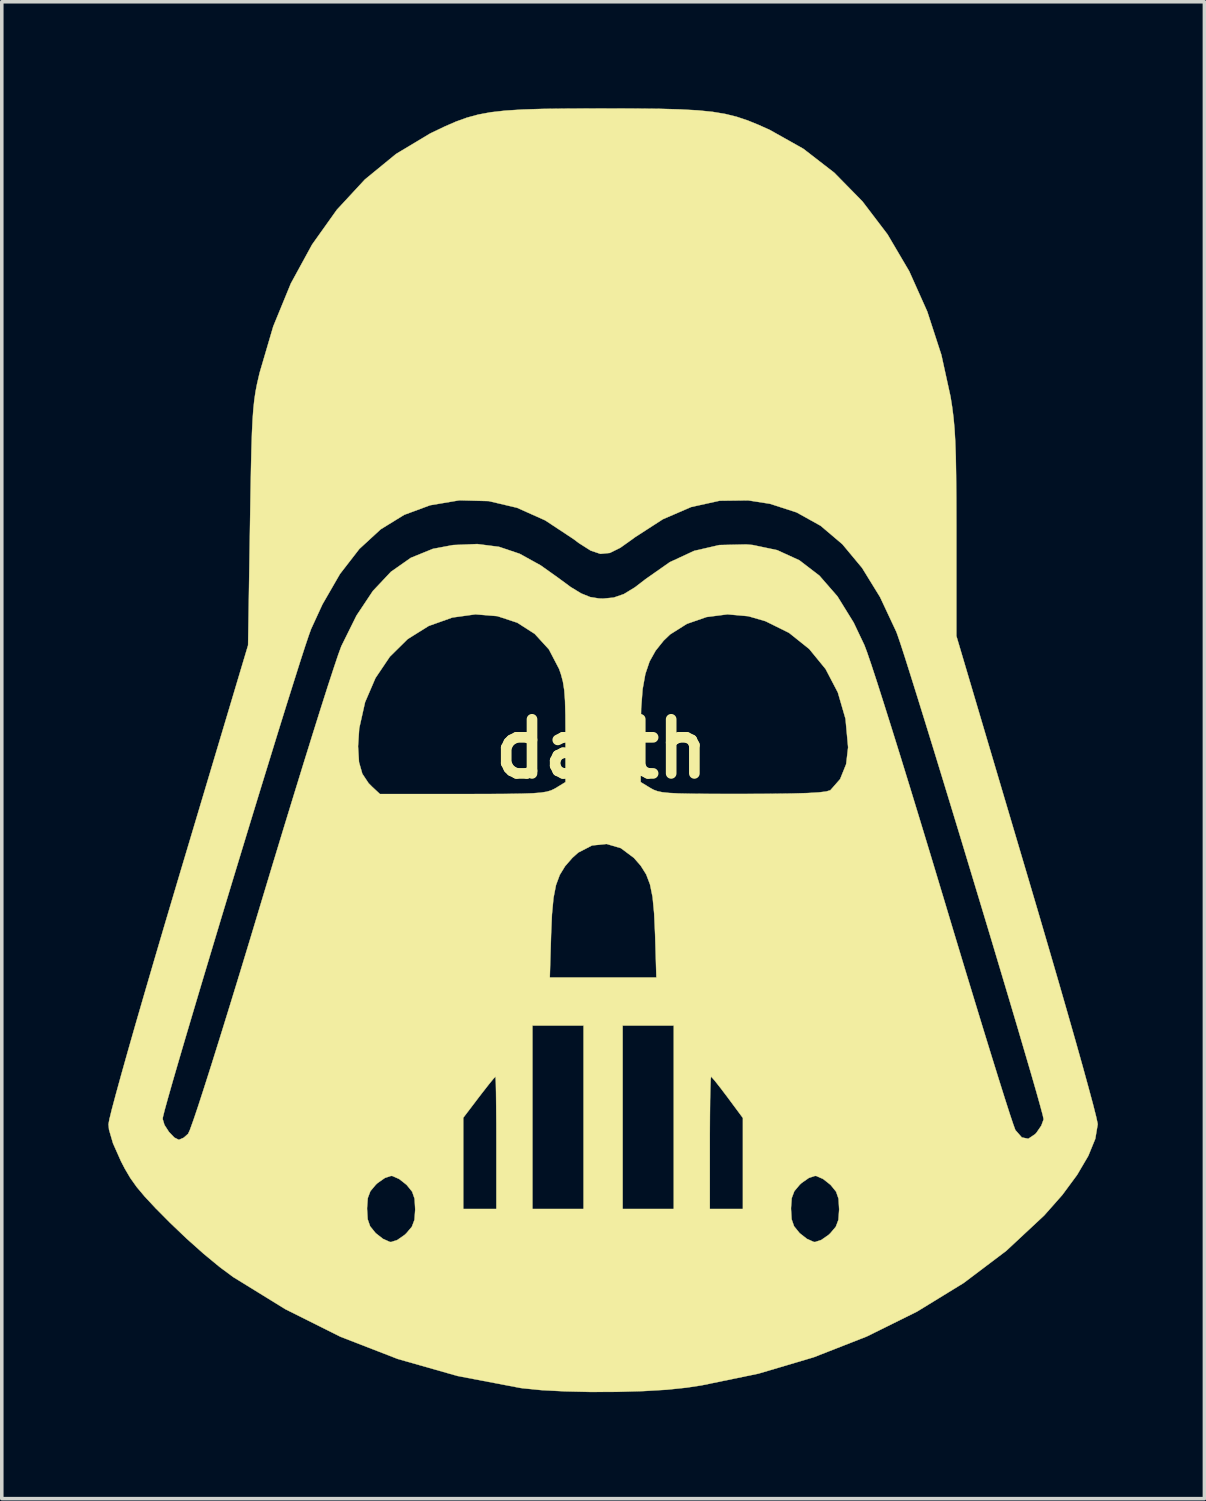
<source format=kicad_pcb>
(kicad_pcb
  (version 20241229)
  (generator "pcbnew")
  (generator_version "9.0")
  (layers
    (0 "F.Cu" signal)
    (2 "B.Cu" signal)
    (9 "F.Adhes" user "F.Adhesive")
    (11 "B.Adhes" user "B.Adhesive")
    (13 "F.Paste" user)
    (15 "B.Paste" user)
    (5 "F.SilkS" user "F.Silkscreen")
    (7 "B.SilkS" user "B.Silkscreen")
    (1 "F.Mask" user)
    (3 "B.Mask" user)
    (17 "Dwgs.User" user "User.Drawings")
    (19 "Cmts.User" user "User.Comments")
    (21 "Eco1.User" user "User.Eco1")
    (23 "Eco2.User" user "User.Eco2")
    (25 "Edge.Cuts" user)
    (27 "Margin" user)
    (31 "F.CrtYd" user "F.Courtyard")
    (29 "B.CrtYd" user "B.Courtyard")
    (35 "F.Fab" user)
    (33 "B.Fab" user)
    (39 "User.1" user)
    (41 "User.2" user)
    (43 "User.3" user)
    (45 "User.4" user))
  (footprint "darth"
    (layer "F.Cu")
    (at 13.89 18.039)
    (property "Reference" "darth" (at 0 0 0) (layer "F.SilkS") (effects (font (size 1.524 1.524) (thickness 0.3))))
    (attr through_hole)
    (fp_poly (pts (xy 0.909 -18.032) (xy 1.63 -18.025) (xy 2.225 -18.008) (xy 2.718 -17.981) (xy 3.13 -17.939) (xy 3.485 -17.88) (xy 3.804 -17.801) (xy 4.11 -17.699) (xy 4.424 -17.571) (xy 4.741 -17.428) (xy 5.682 -16.899) (xy 6.553 -16.225) (xy 7.346 -15.417) (xy 8.052 -14.489) (xy 8.663 -13.451) (xy 9.171 -12.316) (xy 9.568 -11.096) (xy 9.826 -9.919) (xy 9.872 -9.628) (xy 9.909 -9.337) (xy 9.938 -9.024) (xy 9.959 -8.664) (xy 9.974 -8.235) (xy 9.983 -7.712) (xy 9.989 -7.073) (xy 9.991 -6.294) (xy 9.991 -6.069) (xy 9.991 -3.18) (xy 11.98 3.531) (xy 12.294 4.593) (xy 12.591 5.607) (xy 12.869 6.561) (xy 13.123 7.443) (xy 13.351 8.241) (xy 13.548 8.942) (xy 13.711 9.535) (xy 13.838 10.006) (xy 13.924 10.345) (xy 13.966 10.538) (xy 13.97 10.572) (xy 13.902 10.979) (xy 13.705 11.46) (xy 13.391 11.994) (xy 12.974 12.559) (xy 12.465 13.135) (xy 12.462 13.138) (xy 11.394 14.134) (xy 10.195 15.039) (xy 8.881 15.845) (xy 7.469 16.544) (xy 5.976 17.129) (xy 4.417 17.591) (xy 2.81 17.922) (xy 2.389 17.986) (xy 1.836 18.044) (xy 1.172 18.083) (xy 0.441 18.104) (xy -0.31 18.107) (xy -1.035 18.09) (xy -1.69 18.056) (xy -2.228 18.002) (xy -2.286 17.994) (xy -4.056 17.657) (xy -5.739 17.178) (xy -7.351 16.553) (xy -8.906 15.776) (xy -10.372 14.872) (xy -10.754 14.589) (xy -11.206 14.216) (xy -11.687 13.787) (xy -12.155 13.34) (xy -12.157 13.338) (xy -12.537 12.954) (xy -6.604 12.954) (xy -6.587 13.243) (xy -6.519 13.44) (xy -6.372 13.622) (xy -6.357 13.638) (xy -6.156 13.796) (xy -5.966 13.881) (xy -5.927 13.885) (xy -5.753 13.828) (xy -5.547 13.685) (xy -5.497 13.638) (xy -5.342 13.454) (xy -5.269 13.26) (xy -5.249 12.981) (xy -5.249 12.954) (xy -5.266 12.665) (xy -5.334 12.468) (xy -5.481 12.286) (xy -5.497 12.27) (xy -5.697 12.112) (xy -5.887 12.027) (xy -5.927 12.023) (xy -6.101 12.08) (xy -6.306 12.223) (xy -6.357 12.27) (xy -6.511 12.454) (xy -6.584 12.648) (xy -6.604 12.927) (xy -6.604 12.954) (xy -12.537 12.954) (xy -12.56 12.931) (xy -12.862 12.608) (xy -13.091 12.335) (xy -13.27 12.083) (xy -13.426 11.818) (xy -13.533 11.611) (xy -13.757 11.108) (xy -13.87 10.722) (xy -13.885 10.57) (xy -13.861 10.436) (xy -13.856 10.416) (xy -12.361 10.416) (xy -12.309 10.588) (xy -12.183 10.784) (xy -12.03 10.944) (xy -11.903 11.007) (xy -11.769 10.949) (xy -11.644 10.839) (xy -11.594 10.731) (xy -11.5 10.47) (xy -11.471 10.386) (xy -3.895 10.386) (xy -3.895 12.954) (xy -2.963 12.954) (xy -2.963 11.091) (xy -2.964 10.55) (xy -2.968 10.071) (xy -2.972 9.678) (xy -2.978 9.394) (xy -2.986 9.245) (xy -2.989 9.229) (xy -3.048 9.291) (xy -3.184 9.458) (xy -3.372 9.699) (xy -3.455 9.807) (xy -3.895 10.386) (xy -11.471 10.386) (xy -11.364 10.068) (xy -11.191 9.535) (xy -10.983 8.882) (xy -10.744 8.118) (xy -10.642 7.789) (xy -1.947 7.789) (xy -1.947 12.954) (xy -0.508 12.954) (xy -0.508 7.789) (xy 0.593 7.789) (xy 0.593 12.954) (xy 2.032 12.954) (xy 2.032 11.091) (xy 3.048 11.091) (xy 3.048 12.954) (xy 3.979 12.954) (xy 5.334 12.954) (xy 5.351 13.243) (xy 5.419 13.44) (xy 5.566 13.622) (xy 5.581 13.638) (xy 5.782 13.796) (xy 5.972 13.881) (xy 6.011 13.885) (xy 6.185 13.828) (xy 6.391 13.685) (xy 6.441 13.638) (xy 6.596 13.454) (xy 6.669 13.26) (xy 6.689 12.981) (xy 6.689 12.954) (xy 6.672 12.665) (xy 6.604 12.468) (xy 6.457 12.286) (xy 6.441 12.27) (xy 6.241 12.112) (xy 6.051 12.027) (xy 6.011 12.023) (xy 5.837 12.08) (xy 5.632 12.223) (xy 5.581 12.27) (xy 5.427 12.454) (xy 5.354 12.648) (xy 5.334 12.927) (xy 5.334 12.954) (xy 3.979 12.954) (xy 3.979 10.392) (xy 3.548 9.811) (xy 3.349 9.548) (xy 3.19 9.346) (xy 3.096 9.239) (xy 3.082 9.229) (xy 3.072 9.309) (xy 3.064 9.535) (xy 3.056 9.882) (xy 3.051 10.326) (xy 3.048 10.842) (xy 3.048 11.091) (xy 2.032 11.091) (xy 2.032 7.789) (xy 0.593 7.789) (xy -0.508 7.789) (xy -1.947 7.789) (xy -10.642 7.789) (xy -10.477 7.255) (xy -10.225 6.435) (xy -1.458 6.435) (xy 1.543 6.435) (xy 1.507 5.228) (xy 1.48 4.631) (xy 1.436 4.171) (xy 1.364 3.816) (xy 1.256 3.533) (xy 1.103 3.289) (xy 0.91 3.068) (xy 0.541 2.793) (xy 0.14 2.676) (xy -0.268 2.718) (xy -0.655 2.917) (xy -0.824 3.068) (xy -1.028 3.303) (xy -1.178 3.548) (xy -1.284 3.834) (xy -1.354 4.195) (xy -1.398 4.662) (xy -1.422 5.228) (xy -1.458 6.435) (xy -10.225 6.435) (xy -10.185 6.304) (xy -9.872 5.273) (xy -9.558 4.23) (xy -9.248 3.203) (xy -8.946 2.209) (xy -8.656 1.262) (xy -8.383 0.376) (xy -8.243 -0.072) (xy -6.858 -0.072) (xy -6.831 0.371) (xy -6.737 0.701) (xy -6.562 0.964) (xy -6.465 1.062) (xy -6.241 1.27) (xy -3.903 1.27) (xy -3.209 1.269) (xy -2.662 1.266) (xy -2.243 1.259) (xy -1.931 1.248) (xy -1.705 1.23) (xy -1.543 1.204) (xy -1.425 1.169) (xy -1.33 1.124) (xy -1.291 1.102) (xy -1.016 0.934) (xy -1.016 -0.419) (xy 1.101 -0.419) (xy 1.101 0.934) (xy 1.376 1.102) (xy 1.467 1.151) (xy 1.572 1.19) (xy 1.712 1.22) (xy 1.908 1.24) (xy 2.18 1.254) (xy 2.55 1.262) (xy 3.039 1.266) (xy 3.666 1.267) (xy 3.979 1.267) (xy 4.734 1.264) (xy 5.333 1.256) (xy 5.79 1.243) (xy 6.117 1.224) (xy 6.328 1.198) (xy 6.437 1.165) (xy 6.445 1.16) (xy 6.717 0.85) (xy 6.887 0.428) (xy 6.942 -0.046) (xy 6.868 -0.85) (xy 6.653 -1.59) (xy 6.308 -2.25) (xy 5.846 -2.815) (xy 5.278 -3.269) (xy 4.615 -3.597) (xy 4.133 -3.737) (xy 3.546 -3.79) (xy 2.955 -3.714) (xy 2.402 -3.522) (xy 1.931 -3.225) (xy 1.747 -3.049) (xy 1.52 -2.765) (xy 1.351 -2.462) (xy 1.232 -2.11) (xy 1.155 -1.681) (xy 1.114 -1.145) (xy 1.101 -0.472) (xy 1.101 -0.419) (xy -1.016 -0.419) (xy -1.019 -0.954) (xy -1.029 -1.354) (xy -1.051 -1.655) (xy -1.088 -1.892) (xy -1.143 -2.099) (xy -1.196 -2.252) (xy -1.484 -2.804) (xy -1.883 -3.24) (xy -2.373 -3.554) (xy -2.935 -3.739) (xy -3.551 -3.79) (xy -4.202 -3.7) (xy -4.868 -3.463) (xy -4.873 -3.46) (xy -5.459 -3.094) (xy -5.962 -2.598) (xy -6.367 -1.997) (xy -6.66 -1.316) (xy -6.825 -0.58) (xy -6.858 -0.072) (xy -8.243 -0.072) (xy -8.131 -0.434) (xy -7.904 -1.156) (xy -7.707 -1.774) (xy -7.543 -2.275) (xy -7.419 -2.645) (xy -7.337 -2.87) (xy -7.325 -2.9) (xy -6.902 -3.754) (xy -6.44 -4.448) (xy -5.932 -4.988) (xy -5.372 -5.381) (xy -4.751 -5.634) (xy -4.182 -5.741) (xy -3.5 -5.769) (xy -2.888 -5.691) (xy -2.306 -5.495) (xy -1.716 -5.169) (xy -1.25 -4.838) (xy -0.871 -4.559) (xy -0.575 -4.379) (xy -0.323 -4.277) (xy -0.075 -4.237) (xy 0.042 -4.233) (xy 0.342 -4.262) (xy 0.626 -4.36) (xy 0.938 -4.55) (xy 1.237 -4.78) (xy 1.92 -5.259) (xy 2.605 -5.577) (xy 3.316 -5.741) (xy 4.074 -5.758) (xy 4.251 -5.743) (xy 4.943 -5.598) (xy 5.569 -5.312) (xy 6.133 -4.88) (xy 6.641 -4.297) (xy 7.098 -3.558) (xy 7.401 -2.921) (xy 7.475 -2.724) (xy 7.593 -2.379) (xy 7.75 -1.901) (xy 7.941 -1.302) (xy 8.163 -0.598) (xy 8.411 0.197) (xy 8.68 1.069) (xy 8.966 2.005) (xy 9.265 2.989) (xy 9.572 4.008) (xy 9.622 4.173) (xy 9.924 5.179) (xy 10.215 6.142) (xy 10.491 7.048) (xy 10.746 7.884) (xy 10.978 8.637) (xy 11.183 9.296) (xy 11.356 9.846) (xy 11.494 10.276) (xy 11.593 10.572) (xy 11.648 10.723) (xy 11.655 10.736) (xy 11.834 10.94) (xy 12.015 10.977) (xy 12.208 10.848) (xy 12.248 10.804) (xy 12.382 10.608) (xy 12.445 10.437) (xy 12.446 10.423) (xy 12.422 10.309) (xy 12.352 10.049) (xy 12.242 9.656) (xy 12.095 9.146) (xy 11.915 8.533) (xy 11.709 7.831) (xy 11.479 7.057) (xy 11.23 6.224) (xy 10.968 5.347) (xy 10.695 4.441) (xy 10.417 3.521) (xy 10.139 2.601) (xy 9.864 1.697) (xy 9.597 0.822) (xy 9.343 -0.007) (xy 9.105 -0.778) (xy 8.889 -1.474) (xy 8.699 -2.081) (xy 8.54 -2.584) (xy 8.415 -2.969) (xy 8.329 -3.22) (xy 8.3 -3.298) (xy 7.841 -4.277) (xy 7.336 -5.097) (xy 6.781 -5.764) (xy 6.168 -6.284) (xy 5.49 -6.661) (xy 4.742 -6.903) (xy 4.126 -6.999) (xy 3.324 -6.989) (xy 2.522 -6.812) (xy 1.727 -6.469) (xy 0.943 -5.963) (xy 0.902 -5.932) (xy 0.529 -5.666) (xy 0.232 -5.519) (xy -0.033 -5.493) (xy -0.309 -5.586) (xy -0.64 -5.797) (xy -0.795 -5.913) (xy -1.587 -6.436) (xy -2.381 -6.791) (xy -3.178 -6.979) (xy -3.984 -7.001) (xy -4.022 -6.998) (xy -4.828 -6.862) (xy -5.559 -6.592) (xy -6.221 -6.184) (xy -6.822 -5.631) (xy -7.366 -4.928) (xy -7.861 -4.07) (xy -8.18 -3.377) (xy -8.243 -3.203) (xy -8.349 -2.888) (xy -8.492 -2.446) (xy -8.667 -1.892) (xy -8.872 -1.241) (xy -9.1 -0.508) (xy -9.347 0.294) (xy -9.61 1.148) (xy -9.883 2.04) (xy -10.162 2.957) (xy -10.443 3.881) (xy -10.721 4.8) (xy -10.991 5.699) (xy -11.25 6.561) (xy -11.492 7.374) (xy -11.714 8.121) (xy -11.91 8.789) (xy -12.077 9.363) (xy -12.209 9.827) (xy -12.303 10.167) (xy -12.353 10.369) (xy -12.361 10.416) (xy -13.856 10.416) (xy -13.792 10.152) (xy -13.679 9.729) (xy -13.528 9.18) (xy -13.341 8.515) (xy -13.122 7.748) (xy -12.873 6.89) (xy -12.599 5.953) (xy -12.303 4.948) (xy -11.988 3.888) (xy -11.92 3.659) (xy -9.954 -2.921) (xy -9.9 -6.308) (xy -9.886 -7.16) (xy -9.873 -7.863) (xy -9.86 -8.437) (xy -9.845 -8.901) (xy -9.827 -9.275) (xy -9.805 -9.579) (xy -9.778 -9.832) (xy -9.745 -10.056) (xy -9.704 -10.269) (xy -9.653 -10.491) (xy -9.629 -10.593) (xy -9.245 -11.9) (xy -8.75 -13.107) (xy -8.151 -14.204) (xy -7.454 -15.183) (xy -6.665 -16.035) (xy -5.79 -16.752) (xy -4.836 -17.325) (xy -4.784 -17.351) (xy -4.425 -17.523) (xy -4.102 -17.664) (xy -3.792 -17.776) (xy -3.472 -17.863) (xy -3.12 -17.928) (xy -2.714 -17.974) (xy -2.232 -18.005) (xy -1.651 -18.023) (xy -0.949 -18.031) (xy -0.103 -18.034) (xy 0.042 -18.034) (xy 0.909 -18.032)) (stroke (width 0.01) (type solid)) (fill yes) (layer "F.SilkS")))
  (gr_rect
    (start -3 -3)
    (end 30.865 39.151)
    (stroke (width 0.1) (type default))
    (fill no)
    (layer "Edge.Cuts")))
</source>
